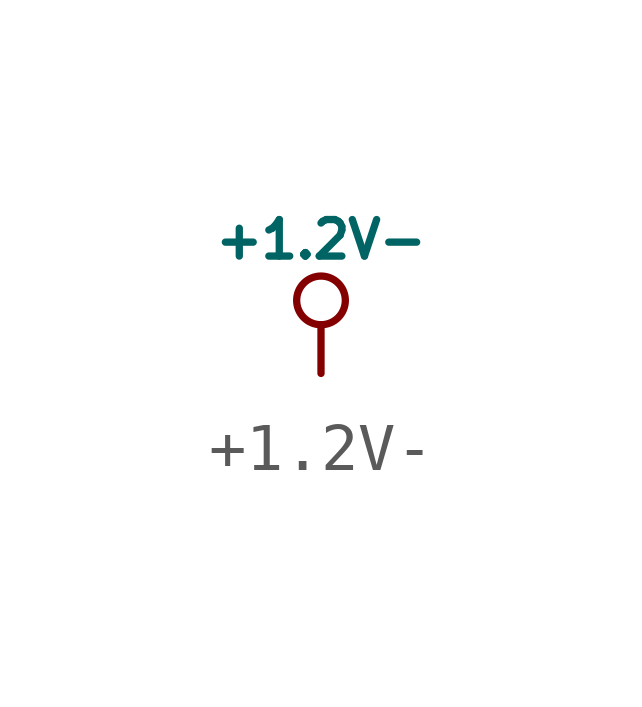
<source format=kicad_sym>
(kicad_symbol_lib
  (version 20231120)
  (generator "kicad_symbol_editor")
  (generator_version "8.0")
  (symbol "+1.2V-"
    (power)
    (pin_names
      (offset 0))
    (property "Reference" "#PWR"
      (at 0 3.556 0)
      (effects (font (size 0.508 0.508)) (hide yes)))
    (property "Value" "+1.2V-"
      (at 0 2.794 0)
      (effects (font (size 0.762 0.762))))
    (symbol "+1.2V-_0_0"
      (polyline (pts (xy 0 0) (xy 0 1.016) (xy 0 1.016)) (stroke (width 0) (type solid)) (fill (type none)))
      (pin power_in line (at 0 0 90) (length 0) hide (name "+1.2V" (effects (font (size 0.508 0.508)))) (number "1" (effects (font (size 0.508 0.508))))))
    (symbol "+1.2V-_0_1"
      (circle (center 0 1.524) (radius 0.508) (stroke (width 0) (type solid)) (fill (type none))))))
</source>
